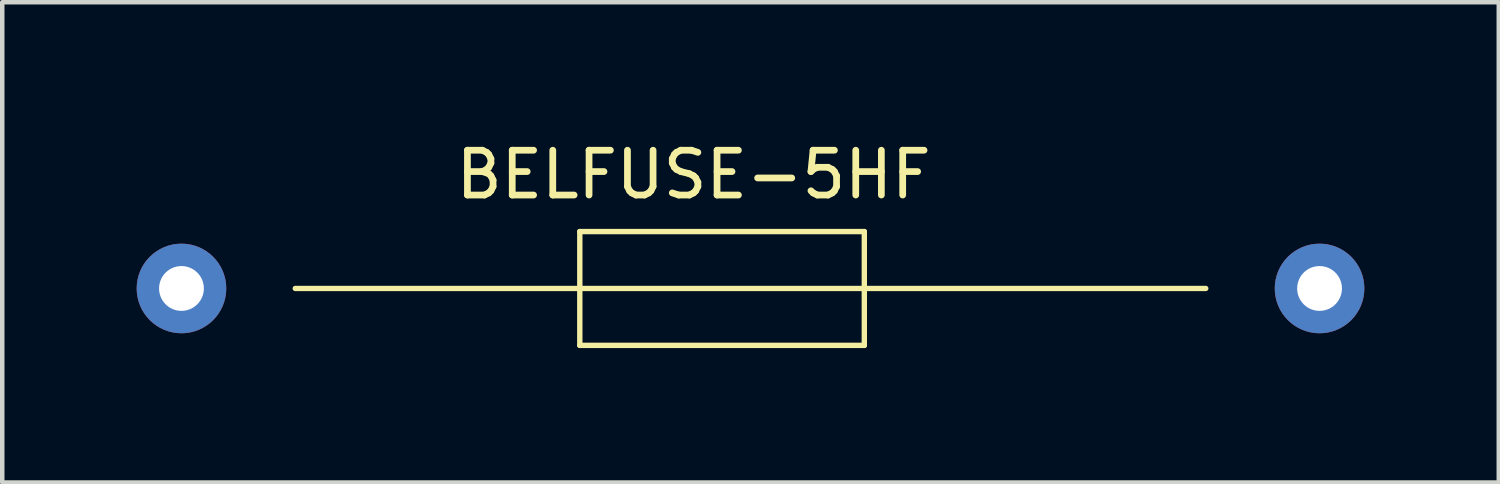
<source format=kicad_pcb>
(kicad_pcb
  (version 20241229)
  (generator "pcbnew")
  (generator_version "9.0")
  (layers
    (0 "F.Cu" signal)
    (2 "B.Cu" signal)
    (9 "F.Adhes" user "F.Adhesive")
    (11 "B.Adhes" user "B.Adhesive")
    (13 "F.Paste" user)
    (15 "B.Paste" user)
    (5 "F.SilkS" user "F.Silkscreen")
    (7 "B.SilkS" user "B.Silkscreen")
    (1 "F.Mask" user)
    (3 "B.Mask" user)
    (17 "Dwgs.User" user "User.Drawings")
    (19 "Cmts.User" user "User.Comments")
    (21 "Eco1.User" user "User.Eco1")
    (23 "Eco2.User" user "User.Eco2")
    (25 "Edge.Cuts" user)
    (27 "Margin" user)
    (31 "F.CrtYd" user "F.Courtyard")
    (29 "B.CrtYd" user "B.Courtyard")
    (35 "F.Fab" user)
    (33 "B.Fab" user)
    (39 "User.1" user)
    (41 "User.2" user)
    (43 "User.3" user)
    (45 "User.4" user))
  (footprint "BELFUSE-5HF"
    (layer "F.Cu")
    (at 12.43 3.388)
    (property "Reference" "BELFUSE-5HF" (at 0 -2.54 0) (layer "F.SilkS") (effects (font (size 1 1) (thickness 0.15))))
    (attr through_hole)
    (fp_line (start -8.89 0) (end -2.54 0) (stroke (width 0.12) (type solid)) (layer "F.SilkS"))
    (fp_line (start -2.54 -1.27) (end -2.54 1.27) (stroke (width 0.12) (type solid)) (layer "F.SilkS"))
    (fp_line (start -2.54 0) (end 11.43 0) (stroke (width 0.12) (type solid)) (layer "F.SilkS"))
    (fp_line (start -2.54 1.27) (end 3.81 1.27) (stroke (width 0.12) (type solid)) (layer "F.SilkS"))
    (fp_line (start 3.81 -1.27) (end -2.54 -1.27) (stroke (width 0.12) (type solid)) (layer "F.SilkS"))
    (fp_line (start 3.81 1.27) (end 3.81 -1.27) (stroke (width 0.12) (type solid)) (layer "F.SilkS"))
    (pad "1" thru_hole circle (at -11.43 0) (size 2 2) (drill 1) (layers "*.Cu" "*.Mask"))
    (pad "2" thru_hole circle (at 13.97 0) (size 2 2) (drill 1) (layers "*.Cu" "*.Mask")))
  (gr_rect
    (start -3 -3)
    (end 30.4 7.718)
    (stroke (width 0.1) (type default))
    (fill no)
    (layer "Edge.Cuts")))
</source>
